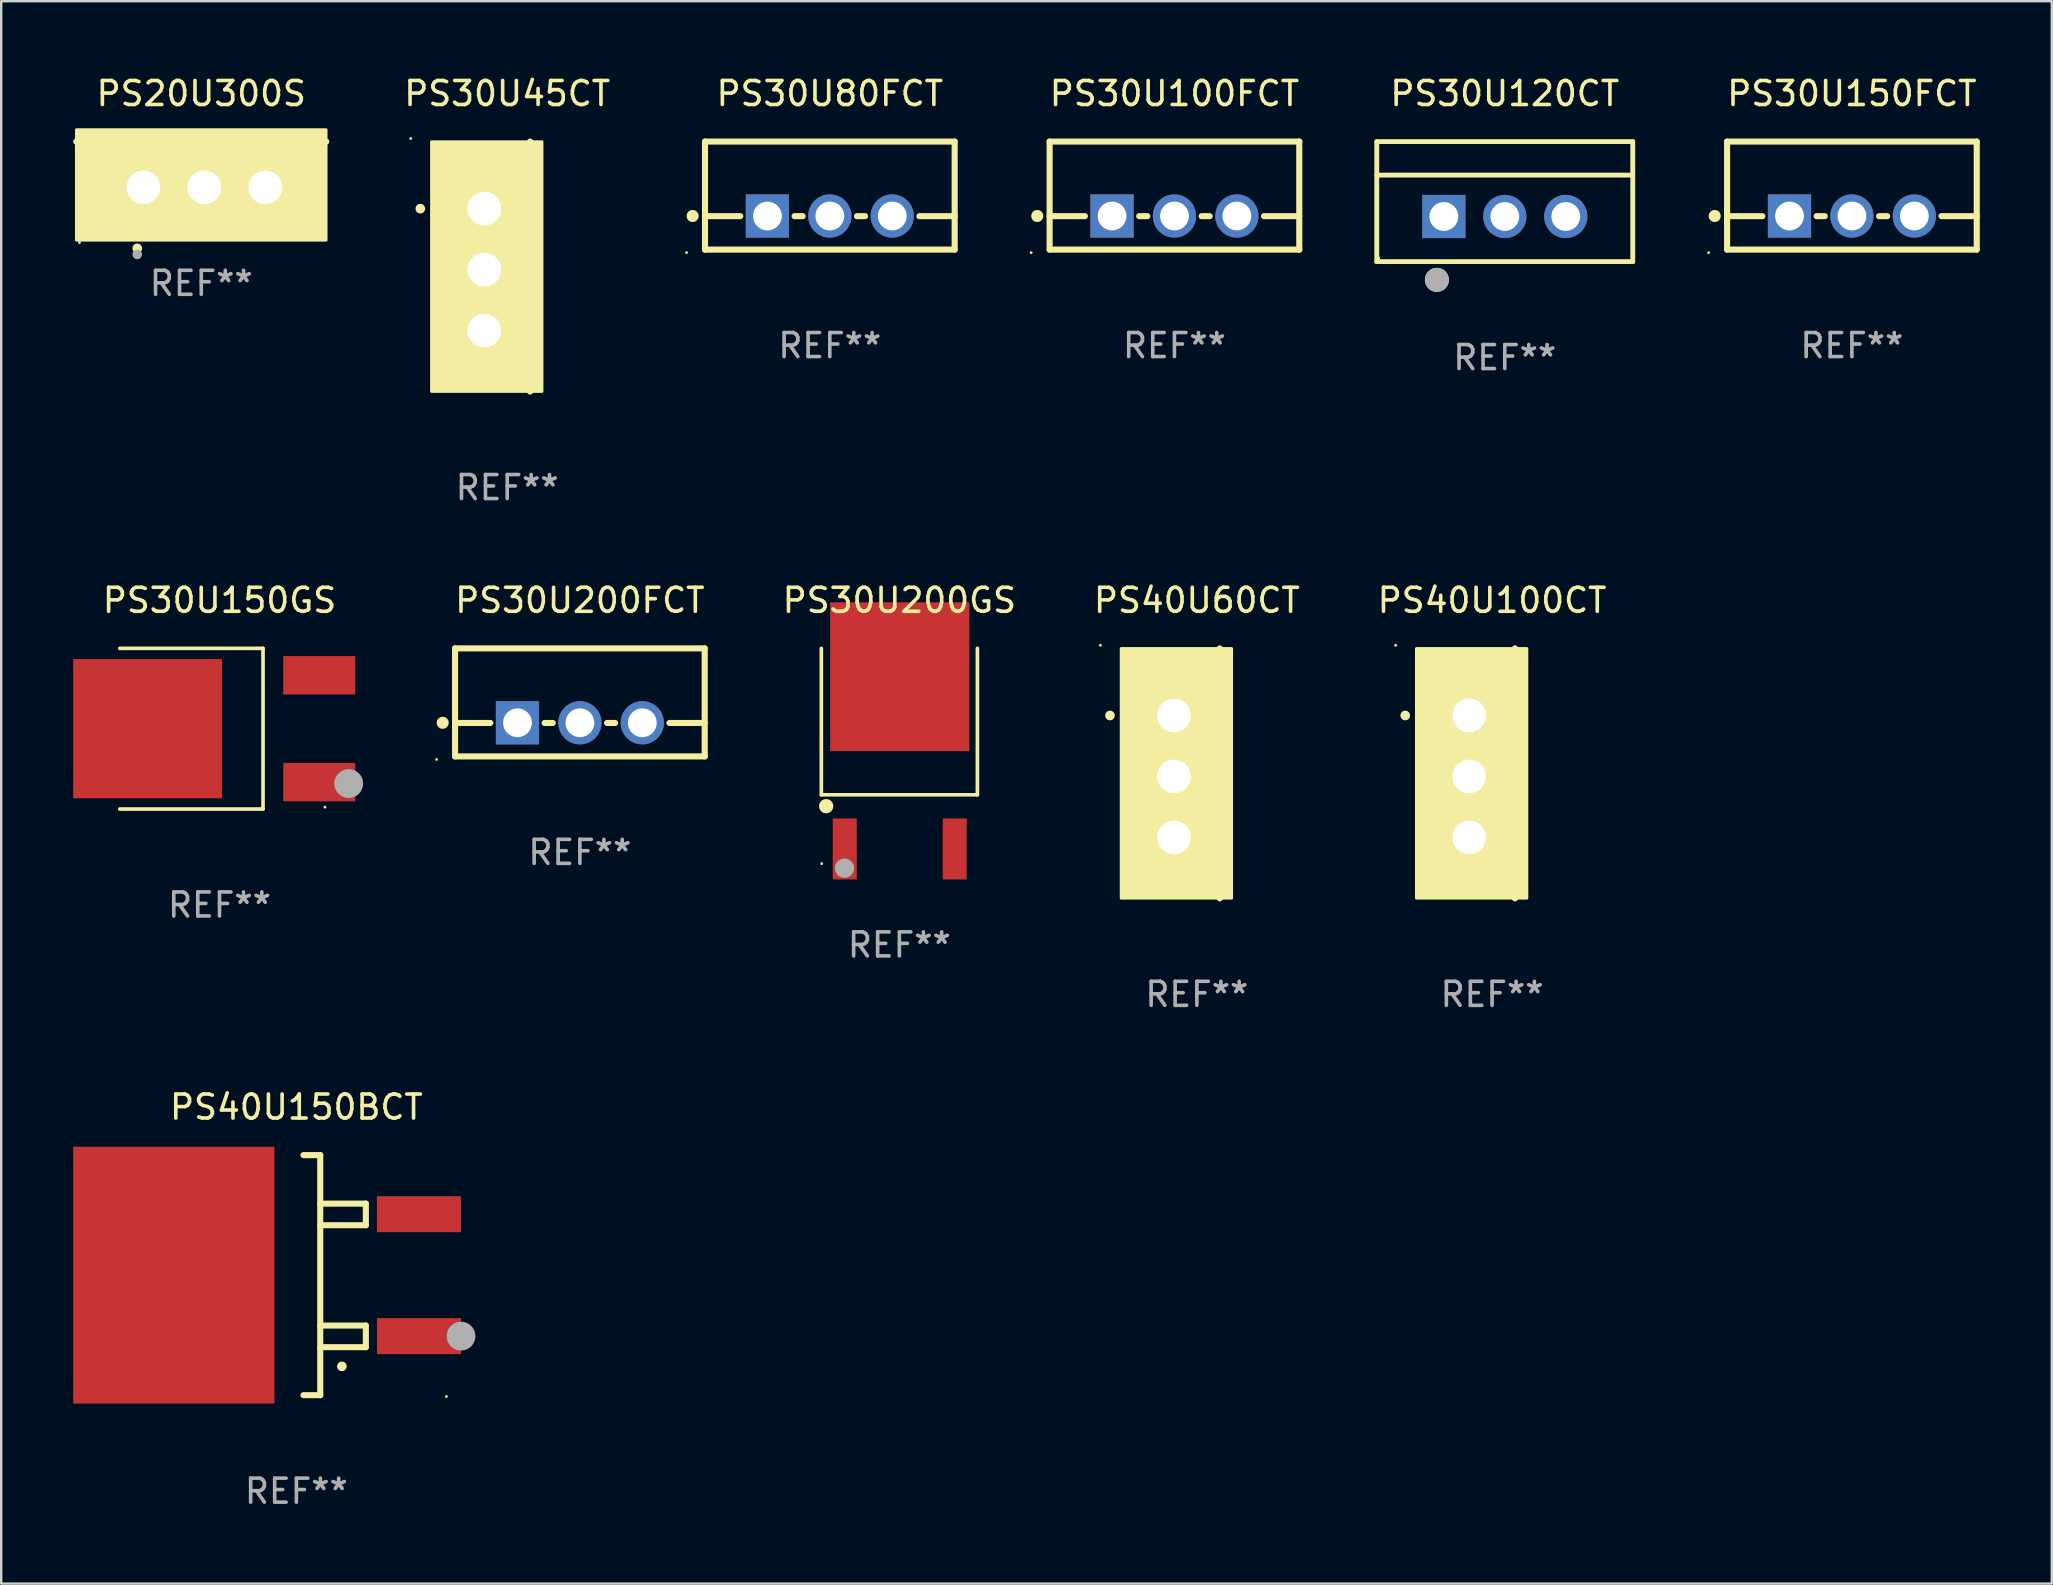
<source format=kicad_pcb>
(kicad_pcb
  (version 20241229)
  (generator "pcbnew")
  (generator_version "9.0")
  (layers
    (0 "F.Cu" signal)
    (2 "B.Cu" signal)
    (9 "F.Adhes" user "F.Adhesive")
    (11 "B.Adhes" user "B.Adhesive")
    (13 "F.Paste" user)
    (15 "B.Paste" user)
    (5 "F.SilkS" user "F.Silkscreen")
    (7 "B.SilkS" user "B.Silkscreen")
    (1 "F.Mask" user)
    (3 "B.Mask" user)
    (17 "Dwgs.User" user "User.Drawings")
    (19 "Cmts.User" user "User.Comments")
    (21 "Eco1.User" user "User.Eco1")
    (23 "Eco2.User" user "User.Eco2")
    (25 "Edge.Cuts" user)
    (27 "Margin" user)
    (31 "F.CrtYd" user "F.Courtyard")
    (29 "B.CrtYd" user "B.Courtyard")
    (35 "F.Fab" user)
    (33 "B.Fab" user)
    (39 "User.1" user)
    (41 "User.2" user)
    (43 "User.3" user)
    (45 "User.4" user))
  (footprint "PS30U80FCT"
    (layer "F.Cu")
    (at 31.518 5.098)
    (property "Reference" "PS30U80FCT" (at 0 -4.25 0) (layer "F.SilkS") (effects (font (size 1 1) (thickness 0.15))))
    (attr through_hole)
    (fp_line (start -5.2 -2.25) (end -5.2 2.25) (stroke (width 0.254) (type solid)) (layer "F.SilkS"))
    (fp_line (start -5.2 -2.25) (end 5.2 -2.25) (stroke (width 0.254) (type solid)) (layer "F.SilkS"))
    (fp_line (start -5.2 0.857) (end -3.731 0.857) (stroke (width 0.254) (type solid)) (layer "F.SilkS"))
    (fp_line (start -5.2 2.25) (end 5.2 2.25) (stroke (width 0.254) (type solid)) (layer "F.SilkS"))
    (fp_line (start -1.469 0.857) (end -1.131 0.857) (stroke (width 0.254) (type solid)) (layer "F.SilkS"))
    (fp_line (start 1.131 0.857) (end 1.469 0.857) (stroke (width 0.254) (type solid)) (layer "F.SilkS"))
    (fp_line (start 3.731 0.857) (end 5.2 0.857) (stroke (width 0.254) (type solid)) (layer "F.SilkS"))
    (fp_line (start 5.2 -2.25) (end 5.2 2.25) (stroke (width 0.254) (type solid)) (layer "F.SilkS"))
    (fp_circle (center -5.969 2.377) (end -5.939 2.377) (stroke (width 0.06) (type solid)) (fill no) (layer "F.SilkS"))
    (fp_circle (center -5.715 0.85) (end -5.588 0.85) (stroke (width 0.254) (type solid)) (fill no) (layer "F.SilkS"))
    (fp_text user "REF**" (at 0 6.25 0) (layer "F.Fab") (effects (font (size 1 1) (thickness 0.15))))
    (pad "1" thru_hole rect (at -2.6 0.85) (size 1.8 1.8) (drill 1.2) (layers "*.Cu" "*.Mask"))
    (pad "2" thru_hole circle (at 0 0.85) (size 1.8 1.8) (drill 1.2) (layers "*.Cu" "*.Mask"))
    (pad "3" thru_hole circle (at 2.6 0.85) (size 1.8 1.8) (drill 1.2) (layers "*.Cu" "*.Mask")))
  (footprint "PS30U150GS"
    (layer "F.Cu")
    (at 6.094 27.305)
    (property "Reference" "PS30U150GS" (at 0 -5.346 0) (layer "F.SilkS") (effects (font (size 1 1) (thickness 0.15))))
    (attr through_hole)
    (fp_line (start -4.154 -3.346) (end 1.813 -3.346) (stroke (width 0.152) (type solid)) (layer "F.SilkS"))
    (fp_line (start -4.154 3.346) (end 1.813 3.346) (stroke (width 0.152) (type solid)) (layer "F.SilkS"))
    (fp_line (start 1.813 3.346) (end 1.813 -3.346) (stroke (width 0.152) (type solid)) (layer "F.SilkS"))
    (fp_circle (center 4.392 3.27) (end 4.422 3.27) (stroke (width 0.06) (type solid)) (fill no) (layer "F.SilkS"))
    (fp_circle (center 5.383 2.286) (end 5.683 2.286) (stroke (width 0.6) (type solid)) (fill no) (layer "F.Fab"))
    (fp_text user "REF**" (at 0 7.346 0) (layer "F.Fab") (effects (font (size 1 1) (thickness 0.15))))
    (pad "1" smd rect (at 4.154 2.225) (size 3 1.6) (layers "F.Cu" "F.Mask" "F.Paste"))
    (pad "2" smd rect (at -2.994 0) (size 6.2 5.8) (layers "F.Cu" "F.Mask" "F.Paste"))
    (pad "3" smd rect (at 4.154 -2.225) (size 3 1.6) (layers "F.Cu" "F.Mask" "F.Paste")))
  (footprint "PS30U150FCT"
    (layer "F.Cu")
    (at 74.095 5.098)
    (property "Reference" "PS30U150FCT" (at 0 -4.25 0) (layer "F.SilkS") (effects (font (size 1 1) (thickness 0.15))))
    (attr through_hole)
    (fp_line (start -5.2 -2.25) (end -5.2 2.25) (stroke (width 0.254) (type solid)) (layer "F.SilkS"))
    (fp_line (start -5.2 -2.25) (end 5.2 -2.25) (stroke (width 0.254) (type solid)) (layer "F.SilkS"))
    (fp_line (start -5.2 0.857) (end -3.731 0.857) (stroke (width 0.254) (type solid)) (layer "F.SilkS"))
    (fp_line (start -5.2 2.25) (end 5.2 2.25) (stroke (width 0.254) (type solid)) (layer "F.SilkS"))
    (fp_line (start -1.469 0.857) (end -1.131 0.857) (stroke (width 0.254) (type solid)) (layer "F.SilkS"))
    (fp_line (start 1.131 0.857) (end 1.469 0.857) (stroke (width 0.254) (type solid)) (layer "F.SilkS"))
    (fp_line (start 3.731 0.857) (end 5.2 0.857) (stroke (width 0.254) (type solid)) (layer "F.SilkS"))
    (fp_line (start 5.2 -2.25) (end 5.2 2.25) (stroke (width 0.254) (type solid)) (layer "F.SilkS"))
    (fp_circle (center -5.969 2.377) (end -5.939 2.377) (stroke (width 0.06) (type solid)) (fill no) (layer "F.SilkS"))
    (fp_circle (center -5.715 0.85) (end -5.588 0.85) (stroke (width 0.254) (type solid)) (fill no) (layer "F.SilkS"))
    (fp_text user "REF**" (at 0 6.25 0) (layer "F.Fab") (effects (font (size 1 1) (thickness 0.15))))
    (pad "1" thru_hole rect (at -2.6 0.85) (size 1.8 1.8) (drill 1.2) (layers "*.Cu" "*.Mask"))
    (pad "2" thru_hole circle (at 0 0.85) (size 1.8 1.8) (drill 1.2) (layers "*.Cu" "*.Mask"))
    (pad "3" thru_hole circle (at 2.6 0.85) (size 1.8 1.8) (drill 1.2) (layers "*.Cu" "*.Mask")))
  (footprint "PS40U100CT"
    (layer "F.Cu")
    (at 59.106 29.166)
    (property "Reference" "PS40U100CT" (at 0 -7.207 0) (layer "F.SilkS") (effects (font (size 1 1) (thickness 0.15))))
    (attr through_hole)
    (fp_line (start 0.953 5.207) (end 0.953 -5.207) (stroke (width 0.254) (type solid)) (layer "F.SilkS"))
    (fp_arc (start -3.619507 -2.410465) (mid -3.619511 -2.411735) (end -3.619507 -2.413005) (stroke (width 0.4) (type solid)) (layer "F.SilkS"))
    (fp_circle (center -4.02 -5.334) (end -3.99 -5.334) (stroke (width 0.06) (type solid)) (fill no) (layer "F.SilkS"))
    (fp_poly (pts (xy -3.152 -5.2) (xy 1.448 -5.2) (xy 1.448 5.2) (xy -3.152 5.2)) (stroke (width 0.12) (type solid)) (fill yes) (layer "F.SilkS"))
    (fp_text user "REF**" (at 0 9.207 0) (layer "F.Fab") (effects (font (size 1 1) (thickness 0.15))))
    (pad "1" thru_hole rect (at -0.953 -2.413 270) (size 2 2.5) (drill 1.4) (layers "*.Cu" "*.Mask"))
    (pad "2" thru_hole oval (at -0.953 0.127 270) (size 2 2.5) (drill 1.4) (layers "*.Cu" "*.Mask"))
    (pad "3" thru_hole oval (at -0.953 2.667 270) (size 2 2.5) (drill 1.4) (layers "*.Cu" "*.Mask")))
  (footprint "PS30U200GS"
    (layer "F.Cu")
    (at 34.415 28.137)
    (property "Reference" "PS30U200GS" (at 0 -6.178 0) (layer "F.SilkS") (effects (font (size 1 1) (thickness 0.15))))
    (attr through_hole)
    (fp_line (start -3.25 1.922) (end -3.25 -4.178) (stroke (width 0.152) (type solid)) (layer "F.SilkS"))
    (fp_line (start 3.25 -4.178) (end 3.25 1.922) (stroke (width 0.152) (type solid)) (layer "F.SilkS"))
    (fp_line (start 3.25 1.922) (end -3.25 1.922) (stroke (width 0.152) (type solid)) (layer "F.SilkS"))
    (fp_circle (center -3.235 4.79) (end -3.205 4.79) (stroke (width 0.06) (type solid)) (fill no) (layer "F.SilkS"))
    (fp_circle (center -3.05 2.396) (end -2.9 2.396) (stroke (width 0.3) (type solid)) (fill no) (layer "F.SilkS"))
    (fp_circle (center -2.285 4.978) (end -2.085 4.978) (stroke (width 0.4) (type solid)) (fill no) (layer "F.Fab"))
    (fp_text user "REF**" (at 0 8.178 0) (layer "F.Fab") (effects (font (size 1 1) (thickness 0.15))))
    (pad "1" smd rect (at -2.275 4.178) (size 1 2.54) (layers "F.Cu" "F.Mask" "F.Paste"))
    (pad "2" smd rect (at 0.015 -2.996) (size 5.8 6.2) (layers "F.Cu" "F.Mask" "F.Paste"))
    (pad "3" smd rect (at 2.305 4.178) (size 1 2.54) (layers "F.Cu" "F.Mask" "F.Paste")))
  (footprint "PS40U60CT"
    (layer "F.Cu")
    (at 46.808 29.166)
    (property "Reference" "PS40U60CT" (at 0 -7.207 0) (layer "F.SilkS") (effects (font (size 1 1) (thickness 0.15))))
    (attr through_hole)
    (fp_line (start 0.953 5.207) (end 0.953 -5.207) (stroke (width 0.254) (type solid)) (layer "F.SilkS"))
    (fp_arc (start -3.619507 -2.410465) (mid -3.619511 -2.411735) (end -3.619507 -2.413005) (stroke (width 0.4) (type solid)) (layer "F.SilkS"))
    (fp_circle (center -4.02 -5.334) (end -3.99 -5.334) (stroke (width 0.06) (type solid)) (fill no) (layer "F.SilkS"))
    (fp_poly (pts (xy -3.152 -5.2) (xy 1.448 -5.2) (xy 1.448 5.2) (xy -3.152 5.2)) (stroke (width 0.12) (type solid)) (fill yes) (layer "F.SilkS"))
    (fp_text user "REF**" (at 0 9.207 0) (layer "F.Fab") (effects (font (size 1 1) (thickness 0.15))))
    (pad "1" thru_hole rect (at -0.953 -2.413 270) (size 2 2.5) (drill 1.4) (layers "*.Cu" "*.Mask"))
    (pad "2" thru_hole oval (at -0.953 0.127 270) (size 2 2.5) (drill 1.4) (layers "*.Cu" "*.Mask"))
    (pad "3" thru_hole oval (at -0.953 2.667 270) (size 2 2.5) (drill 1.4) (layers "*.Cu" "*.Mask")))
  (footprint "PS30U45CT"
    (layer "F.Cu")
    (at 18.079 8.055)
    (property "Reference" "PS30U45CT" (at 0 -7.207 0) (layer "F.SilkS") (effects (font (size 1 1) (thickness 0.15))))
    (attr through_hole)
    (fp_line (start 0.953 5.207) (end 0.953 -5.207) (stroke (width 0.254) (type solid)) (layer "F.SilkS"))
    (fp_arc (start -3.619507 -2.410465) (mid -3.619511 -2.411735) (end -3.619507 -2.413005) (stroke (width 0.4) (type solid)) (layer "F.SilkS"))
    (fp_circle (center -4.02 -5.334) (end -3.99 -5.334) (stroke (width 0.06) (type solid)) (fill no) (layer "F.SilkS"))
    (fp_poly (pts (xy -3.152 -5.2) (xy 1.448 -5.2) (xy 1.448 5.2) (xy -3.152 5.2)) (stroke (width 0.12) (type solid)) (fill yes) (layer "F.SilkS"))
    (fp_text user "REF**" (at 0 9.207 0) (layer "F.Fab") (effects (font (size 1 1) (thickness 0.15))))
    (pad "1" thru_hole rect (at -0.953 -2.413 270) (size 2 2.5) (drill 1.4) (layers "*.Cu" "*.Mask"))
    (pad "2" thru_hole oval (at -0.953 0.127 270) (size 2 2.5) (drill 1.4) (layers "*.Cu" "*.Mask"))
    (pad "3" thru_hole oval (at -0.953 2.667 270) (size 2 2.5) (drill 1.4) (layers "*.Cu" "*.Mask")))
  (footprint "PS30U100FCT"
    (layer "F.Cu")
    (at 45.874 5.098)
    (property "Reference" "PS30U100FCT" (at 0 -4.25 0) (layer "F.SilkS") (effects (font (size 1 1) (thickness 0.15))))
    (attr through_hole)
    (fp_line (start -5.2 -2.25) (end -5.2 2.25) (stroke (width 0.254) (type solid)) (layer "F.SilkS"))
    (fp_line (start -5.2 -2.25) (end 5.2 -2.25) (stroke (width 0.254) (type solid)) (layer "F.SilkS"))
    (fp_line (start -5.2 0.857) (end -3.731 0.857) (stroke (width 0.254) (type solid)) (layer "F.SilkS"))
    (fp_line (start -5.2 2.25) (end 5.2 2.25) (stroke (width 0.254) (type solid)) (layer "F.SilkS"))
    (fp_line (start -1.469 0.857) (end -1.131 0.857) (stroke (width 0.254) (type solid)) (layer "F.SilkS"))
    (fp_line (start 1.131 0.857) (end 1.469 0.857) (stroke (width 0.254) (type solid)) (layer "F.SilkS"))
    (fp_line (start 3.731 0.857) (end 5.2 0.857) (stroke (width 0.254) (type solid)) (layer "F.SilkS"))
    (fp_line (start 5.2 -2.25) (end 5.2 2.25) (stroke (width 0.254) (type solid)) (layer "F.SilkS"))
    (fp_circle (center -5.969 2.377) (end -5.939 2.377) (stroke (width 0.06) (type solid)) (fill no) (layer "F.SilkS"))
    (fp_circle (center -5.715 0.85) (end -5.588 0.85) (stroke (width 0.254) (type solid)) (fill no) (layer "F.SilkS"))
    (fp_text user "REF**" (at 0 6.25 0) (layer "F.Fab") (effects (font (size 1 1) (thickness 0.15))))
    (pad "1" thru_hole rect (at -2.6 0.85) (size 1.8 1.8) (drill 1.2) (layers "*.Cu" "*.Mask"))
    (pad "2" thru_hole circle (at 0 0.85) (size 1.8 1.8) (drill 1.2) (layers "*.Cu" "*.Mask"))
    (pad "3" thru_hole circle (at 2.6 0.85) (size 1.8 1.8) (drill 1.2) (layers "*.Cu" "*.Mask")))
  (footprint "PS30U200FCT"
    (layer "F.Cu")
    (at 21.106 26.209)
    (property "Reference" "PS30U200FCT" (at 0 -4.25 0) (layer "F.SilkS") (effects (font (size 1 1) (thickness 0.15))))
    (attr through_hole)
    (fp_line (start -5.2 -2.25) (end -5.2 2.25) (stroke (width 0.254) (type solid)) (layer "F.SilkS"))
    (fp_line (start -5.2 -2.25) (end 5.2 -2.25) (stroke (width 0.254) (type solid)) (layer "F.SilkS"))
    (fp_line (start -5.2 0.857) (end -3.731 0.857) (stroke (width 0.254) (type solid)) (layer "F.SilkS"))
    (fp_line (start -5.2 2.25) (end 5.2 2.25) (stroke (width 0.254) (type solid)) (layer "F.SilkS"))
    (fp_line (start -1.469 0.857) (end -1.131 0.857) (stroke (width 0.254) (type solid)) (layer "F.SilkS"))
    (fp_line (start 1.131 0.857) (end 1.469 0.857) (stroke (width 0.254) (type solid)) (layer "F.SilkS"))
    (fp_line (start 3.731 0.857) (end 5.2 0.857) (stroke (width 0.254) (type solid)) (layer "F.SilkS"))
    (fp_line (start 5.2 -2.25) (end 5.2 2.25) (stroke (width 0.254) (type solid)) (layer "F.SilkS"))
    (fp_circle (center -5.969 2.377) (end -5.939 2.377) (stroke (width 0.06) (type solid)) (fill no) (layer "F.SilkS"))
    (fp_circle (center -5.715 0.85) (end -5.588 0.85) (stroke (width 0.254) (type solid)) (fill no) (layer "F.SilkS"))
    (fp_text user "REF**" (at 0 6.25 0) (layer "F.Fab") (effects (font (size 1 1) (thickness 0.15))))
    (pad "1" thru_hole rect (at -2.6 0.85) (size 1.8 1.8) (drill 1.2) (layers "*.Cu" "*.Mask"))
    (pad "2" thru_hole circle (at 0 0.85) (size 1.8 1.8) (drill 1.2) (layers "*.Cu" "*.Mask"))
    (pad "3" thru_hole circle (at 2.6 0.85) (size 1.8 1.8) (drill 1.2) (layers "*.Cu" "*.Mask")))
  (footprint "PS40U150BCT"
    (layer "F.Cu")
    (at 9.297 50.069)
    (property "Reference" "PS40U150BCT" (at 0 -7 0) (layer "F.SilkS") (effects (font (size 1 1) (thickness 0.15))))
    (attr through_hole)
    (fp_line (start 0.293 -5) (end 0.993 -5) (stroke (width 0.254) (type solid)) (layer "F.SilkS"))
    (fp_line (start 0.993 -5) (end 0.993 5) (stroke (width 0.254) (type solid)) (layer "F.SilkS"))
    (fp_line (start 0.993 -2.08) (end 2.893 -2.08) (stroke (width 0.254) (type solid)) (layer "F.SilkS"))
    (fp_line (start 0.993 3) (end 2.893 3) (stroke (width 0.254) (type solid)) (layer "F.SilkS"))
    (fp_line (start 0.993 5) (end 0.293 5) (stroke (width 0.254) (type solid)) (layer "F.SilkS"))
    (fp_line (start 2.893 -2.98) (end 0.993 -2.98) (stroke (width 0.254) (type solid)) (layer "F.SilkS"))
    (fp_line (start 2.893 -2.08) (end 2.893 -2.98) (stroke (width 0.254) (type solid)) (layer "F.SilkS"))
    (fp_line (start 2.893 2.1) (end 0.993 2.1) (stroke (width 0.254) (type solid)) (layer "F.SilkS"))
    (fp_line (start 2.893 3) (end 2.893 2.1) (stroke (width 0.254) (type solid)) (layer "F.SilkS"))
    (fp_arc (start 1.893447 3.79986) (mid 1.894717 3.799856) (end 1.895987 3.79986) (stroke (width 0.4) (type solid)) (layer "F.SilkS"))
    (fp_circle (center 6.248 5.055) (end 6.278 5.055) (stroke (width 0.06) (type solid)) (fill no) (layer "F.SilkS"))
    (fp_circle (center 6.858 2.54) (end 7.158 2.54) (stroke (width 0.6) (type solid)) (fill no) (layer "F.Fab"))
    (fp_text user "REF**" (at 0 9 0) (layer "F.Fab") (effects (font (size 1 1) (thickness 0.15))))
    (pad "1" smd rect (at 5.107 2.54) (size 3.5 1.5) (layers "F.Cu" "F.Mask" "F.Paste"))
    (pad "2" smd rect (at -5.107 -0.000241) (size 8.38 10.7) (layers "F.Cu" "F.Mask" "F.Paste"))
    (pad "3" smd rect (at 5.106 -2.54) (size 3.5 1.5) (layers "F.Cu" "F.Mask" "F.Paste")))
  (footprint "PS20U300S"
    (layer "F.Cu")
    (at 5.334 3.801)
    (property "Reference" "PS20U300S" (at 0 -2.953 0) (layer "F.SilkS") (effects (font (size 1 1) (thickness 0.15))))
    (attr through_hole)
    (fp_line (start 5.207 -0.953) (end -5.207 -0.953) (stroke (width 0.254) (type solid)) (layer "F.SilkS"))
    (fp_arc (start -2.66698 3.49252) (mid -2.66571 3.492516) (end -2.66444 3.49252) (stroke (width 0.4) (type solid)) (layer "F.SilkS"))
    (fp_circle (center -5.073 3.252) (end -5.043 3.252) (stroke (width 0.06) (type solid)) (fill no) (layer "F.SilkS"))
    (fp_poly (pts (xy -5.2 -1.448) (xy 5.2 -1.448) (xy 5.2 3.152) (xy -5.2 3.152)) (stroke (width 0.12) (type solid)) (fill yes) (layer "F.SilkS"))
    (fp_circle (center -2.667 3.747) (end -2.567 3.747) (stroke (width 0.2) (type solid)) (fill no) (layer "F.Fab"))
    (fp_text user "REF**" (at 0 4.953 0) (layer "F.Fab") (effects (font (size 1 1) (thickness 0.15))))
    (pad "1" thru_hole rect (at -2.413 0.953) (size 2 2.5) (drill 1.4) (layers "*.Cu" "*.Mask"))
    (pad "2" thru_hole oval (at 0.127 0.953) (size 2 2.5) (drill 1.4) (layers "*.Cu" "*.Mask"))
    (pad "3" thru_hole oval (at 2.667 0.953) (size 2 2.5) (drill 1.4) (layers "*.Cu" "*.Mask")))
  (footprint "PS30U120CT"
    (layer "F.Cu")
    (at 59.634 5.348)
    (property "Reference" "PS30U120CT" (at 0 -4.5 0) (layer "F.SilkS") (effects (font (size 1 1) (thickness 0.15))))
    (attr through_hole)
    (fp_line (start -5.332 2.5) (end -5.332 -2.5) (stroke (width 0.201) (type solid)) (layer "F.SilkS"))
    (fp_line (start -5.328 -2.5) (end 5.332 -2.5) (stroke (width 0.201) (type solid)) (layer "F.SilkS"))
    (fp_line (start -5.328 -1.104) (end 5.332 -1.104) (stroke (width 0.201) (type solid)) (layer "F.SilkS"))
    (fp_line (start 5.332 -2.5) (end 5.332 2.5) (stroke (width 0.201) (type solid)) (layer "F.SilkS"))
    (fp_line (start 5.332 2.5) (end -5.332 2.5) (stroke (width 0.201) (type solid)) (layer "F.SilkS"))
    (fp_circle (center -5.248 2.35) (end -5.218 2.35) (stroke (width 0.06) (type solid)) (fill no) (layer "F.SilkS"))
    (fp_circle (center -2.828 3.26) (end -2.578 3.26) (stroke (width 0.5) (type solid)) (fill no) (layer "F.SilkS"))
    (fp_circle (center -2.828 3.26) (end -2.578 3.26) (stroke (width 0.5) (type solid)) (fill no) (layer "F.Fab"))
    (fp_text user "REF**" (at 0 6.5 0) (layer "F.Fab") (effects (font (size 1 1) (thickness 0.15))))
    (pad "1" thru_hole rect (at -2.538 0.62) (size 1.8 1.8) (drill 1.2) (layers "*.Cu" "*.Mask"))
    (pad "2" thru_hole circle (at 0.002 0.62) (size 1.8 1.8) (drill 1.2) (layers "*.Cu" "*.Mask"))
    (pad "3" thru_hole circle (at 2.542 0.62) (size 1.8 1.8) (drill 1.2) (layers "*.Cu" "*.Mask")))
  (gr_rect
    (start -3 -3)
    (end 82.422 62.918)
    (stroke (width 0.1) (type default))
    (fill no)
    (layer "Edge.Cuts")))
</source>
